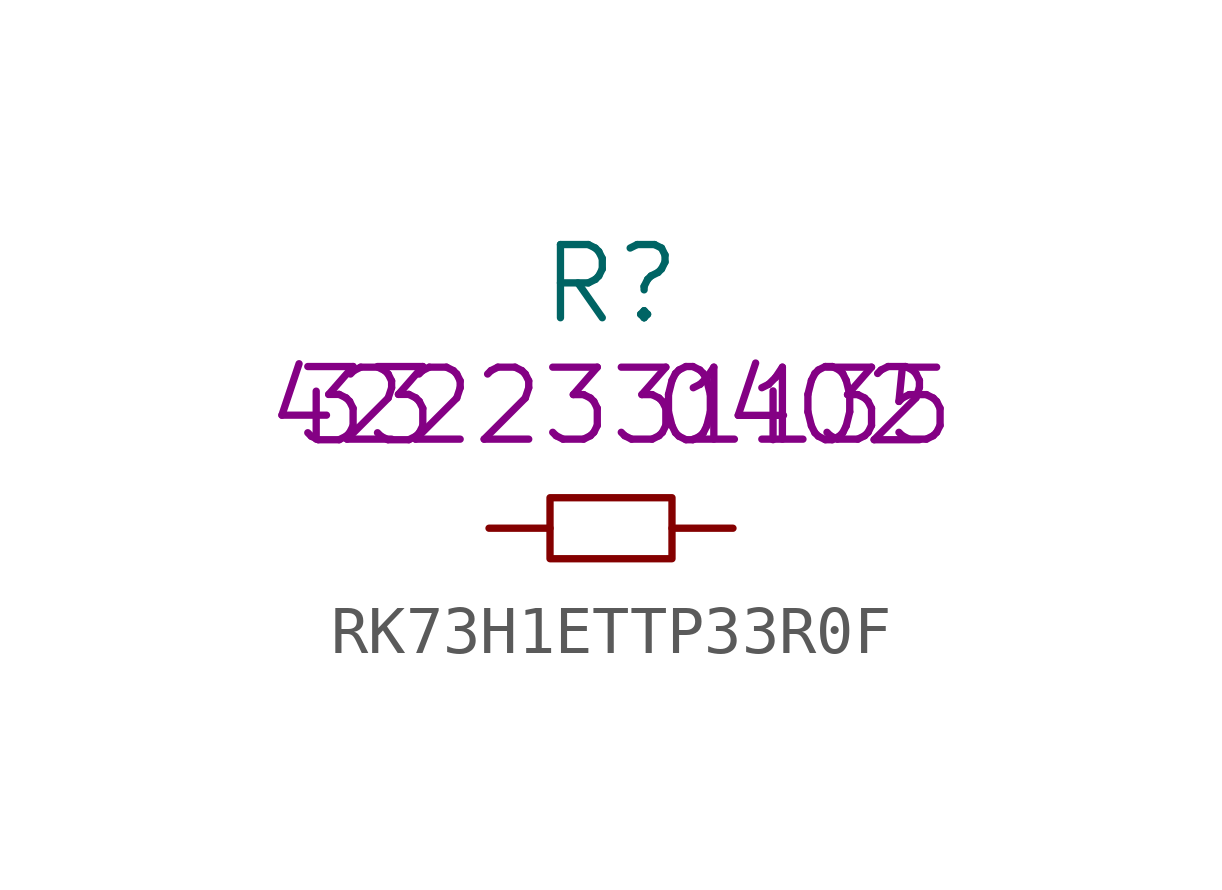
<source format=kicad_sym>
(kicad_symbol_lib
  (version 20220914)
  (generator kicad_symbol_editor)
  (symbol "RK73H1ETTP33R0F"
    (pin_numbers hide)
    (pin_names
      (offset 1.016) hide)
    (property "Reference" "R"
      (at 0 5.08 0)
      (effects (font (size 1.524 1.524))))
    (property "Datasheet" ""
      (at 0 5.08 0)
      (effects (font (size 1.524 1.524))))
    (property "Value2" "33"
      (at -5.08 2.54 0)
      (effects (font (size 1.524 1.524))))
    (property "Size" "0402"
      (at 3.81 2.54 0)
      (effects (font (size 1.524 1.524))))
    (property "AC" "4222331135"
      (at 0 2.54 0)
      (effects (font (size 1.499 1.499))))
    (symbol "RK73H1ETTP33R0F_0_1"
      (rectangle (start -1.27 0.635) (end 1.27 -0.635) (stroke (width 0) (type solid)) (fill (type none))))
    (symbol "RK73H1ETTP33R0F_1_1"
      (pin passive line (at -2.54 0 0) (length 1.27) (name "1" (effects (font (size 1.27 1.27)))) (number "1" (effects (font (size 1.27 1.27)))))
      (pin passive line (at 2.54 0 180) (length 1.27) (name "2" (effects (font (size 1.27 1.27)))) (number "2" (effects (font (size 1.27 1.27))))))))
</source>
